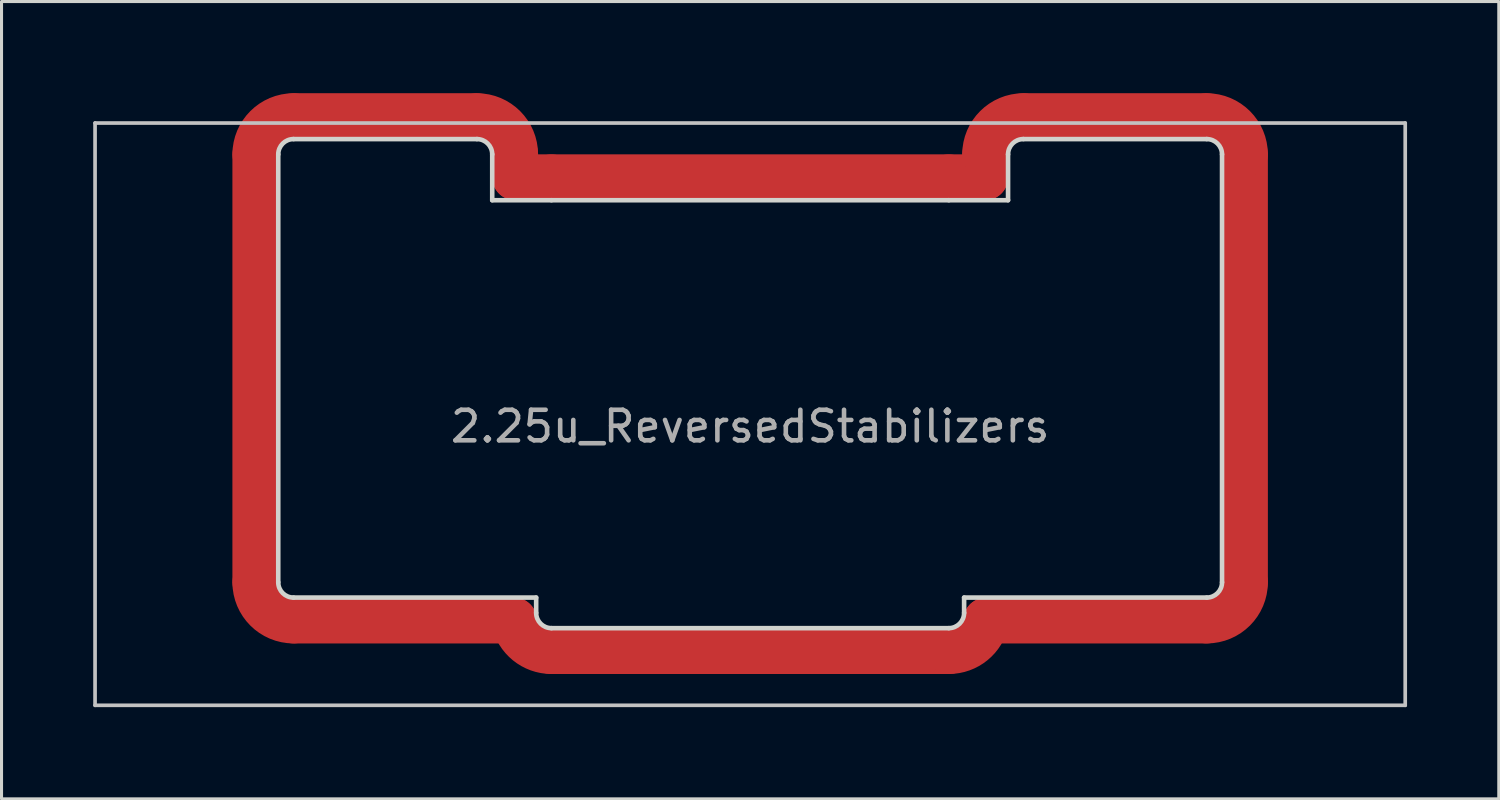
<source format=kicad_pcb>
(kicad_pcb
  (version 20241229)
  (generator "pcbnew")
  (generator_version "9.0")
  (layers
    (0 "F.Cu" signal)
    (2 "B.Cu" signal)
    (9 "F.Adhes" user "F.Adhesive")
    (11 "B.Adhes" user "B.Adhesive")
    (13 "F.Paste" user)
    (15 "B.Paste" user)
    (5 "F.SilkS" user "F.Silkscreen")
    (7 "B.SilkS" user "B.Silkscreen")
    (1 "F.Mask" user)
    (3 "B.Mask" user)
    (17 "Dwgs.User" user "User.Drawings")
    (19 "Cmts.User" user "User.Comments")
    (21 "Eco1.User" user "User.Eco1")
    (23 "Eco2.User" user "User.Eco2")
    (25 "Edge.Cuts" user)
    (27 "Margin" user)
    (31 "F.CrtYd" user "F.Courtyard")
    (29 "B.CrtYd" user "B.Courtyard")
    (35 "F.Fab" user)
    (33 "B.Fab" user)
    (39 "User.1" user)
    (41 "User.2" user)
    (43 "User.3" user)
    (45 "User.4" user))
  (footprint "2.25u_ReversedStabilizers"
    (layer "F.Cu")
    (at 21.491 10.5)
    (property "Reference" "2.25u_ReversedStabilizers" (at 0 0.4 0) (layer "F.Fab") (effects (font (size 1 1) (thickness 0.15))))
    (attr through_hole)
    (fp_line (start -16.188 -8.5) (end -16.188 5.5) (stroke (width 1.5) (type solid)) (layer "F.Cu"))
    (fp_line (start -14.938 6.75) (end -7.725 6.75) (stroke (width 1.5) (type solid)) (layer "F.Cu"))
    (fp_line (start -8.938 -9.75) (end -14.938 -9.75) (stroke (width 1.5) (type solid)) (layer "F.Cu"))
    (fp_line (start -7.688 -7.75) (end -7.688 -8.5) (stroke (width 1.5) (type solid)) (layer "F.Cu"))
    (fp_line (start -6.5 -7.75) (end -7.688 -7.75) (stroke (width 1.5) (type solid)) (layer "F.Cu"))
    (fp_line (start -6.5 7.75) (end 6.5 7.75) (stroke (width 1.5) (type solid)) (layer "F.Cu"))
    (fp_line (start 6.5 -7.75) (end -6.5 -7.75) (stroke (width 1.5) (type solid)) (layer "F.Cu"))
    (fp_line (start 7.688 -8.5) (end 7.688 -7.75) (stroke (width 1.5) (type solid)) (layer "F.Cu"))
    (fp_line (start 7.688 -7.75) (end 6.5 -7.75) (stroke (width 1.5) (type solid)) (layer "F.Cu"))
    (fp_line (start 7.725 6.75) (end 14.938 6.75) (stroke (width 1.5) (type solid)) (layer "F.Cu"))
    (fp_line (start 14.938 -9.75) (end 8.938 -9.75) (stroke (width 1.5) (type solid)) (layer "F.Cu"))
    (fp_line (start 16.188 5.5) (end 16.188 -8.5) (stroke (width 1.5) (type solid)) (layer "F.Cu"))
    (fp_arc (start -16.187999 -8.5) (mid -15.821883 -9.383883) (end -14.938 -9.749999) (stroke (width 1.5) (type solid)) (layer "F.Cu"))
    (fp_arc (start -14.937999 6.75) (mid -15.821882 6.383883) (end -16.187999 5.5) (stroke (width 1.5) (type solid)) (layer "F.Cu"))
    (fp_arc (start -8.938 -9.749999) (mid -8.054117 -9.383882) (end -7.688 -8.499999) (stroke (width 1.5) (type solid)) (layer "F.Cu"))
    (fp_arc (start -6.499193 7.75) (mid -7.290256 7.468501) (end -7.724744 6.75) (stroke (width 1.5) (type solid)) (layer "F.Cu"))
    (fp_arc (start 7.688 -8.499999) (mid 8.054117 -9.383882) (end 8.938 -9.749999) (stroke (width 1.5) (type solid)) (layer "F.Cu"))
    (fp_arc (start 7.724906 6.74921) (mid 7.290882 7.467991) (end 6.5 7.75) (stroke (width 1.5) (type solid)) (layer "F.Cu"))
    (fp_arc (start 14.938 -9.749999) (mid 15.821883 -9.383882) (end 16.188 -8.499999) (stroke (width 1.5) (type solid)) (layer "F.Cu"))
    (fp_arc (start 16.188 5.5) (mid 15.821883 6.383883) (end 14.938 6.75) (stroke (width 1.5) (type solid)) (layer "F.Cu"))
    (fp_line (start -16.188 -8.5) (end -16.188 5.5) (stroke (width 1.5) (type solid)) (layer "F.Mask"))
    (fp_line (start -14.938 6.75) (end -7.725 6.75) (stroke (width 1.5) (type solid)) (layer "F.Mask"))
    (fp_line (start -8.938 -9.75) (end -14.938 -9.75) (stroke (width 1.5) (type solid)) (layer "F.Mask"))
    (fp_line (start -7.688 -7.75) (end -7.688 -8.5) (stroke (width 1.5) (type solid)) (layer "F.Mask"))
    (fp_line (start -6.5 -7.75) (end -7.688 -7.75) (stroke (width 1.5) (type solid)) (layer "F.Mask"))
    (fp_line (start -6.5 7.75) (end 6.5 7.75) (stroke (width 1.5) (type solid)) (layer "F.Mask"))
    (fp_line (start 6.5 -7.75) (end -6.5 -7.75) (stroke (width 1.5) (type solid)) (layer "F.Mask"))
    (fp_line (start 7.688 -8.5) (end 7.688 -7.75) (stroke (width 1.5) (type solid)) (layer "F.Mask"))
    (fp_line (start 7.688 -7.75) (end 6.5 -7.75) (stroke (width 1.5) (type solid)) (layer "F.Mask"))
    (fp_line (start 7.725 6.75) (end 14.938 6.75) (stroke (width 1.5) (type solid)) (layer "F.Mask"))
    (fp_line (start 14.938 -9.75) (end 8.938 -9.75) (stroke (width 1.5) (type solid)) (layer "F.Mask"))
    (fp_line (start 16.188 5.5) (end 16.188 -8.5) (stroke (width 1.5) (type solid)) (layer "F.Mask"))
    (fp_arc (start -16.187999 -8.5) (mid -15.821883 -9.383883) (end -14.938 -9.749999) (stroke (width 1.5) (type solid)) (layer "F.Mask"))
    (fp_arc (start -14.937999 6.75) (mid -15.821882 6.383883) (end -16.187999 5.5) (stroke (width 1.5) (type solid)) (layer "F.Mask"))
    (fp_arc (start -8.938 -9.749999) (mid -8.054117 -9.383882) (end -7.688 -8.499999) (stroke (width 1.5) (type solid)) (layer "F.Mask"))
    (fp_arc (start -6.499193 7.75) (mid -7.290256 7.468501) (end -7.724744 6.75) (stroke (width 1.5) (type solid)) (layer "F.Mask"))
    (fp_arc (start 7.688 -8.499999) (mid 8.054117 -9.383882) (end 8.938 -9.749999) (stroke (width 1.5) (type solid)) (layer "F.Mask"))
    (fp_arc (start 7.724906 6.74921) (mid 7.290882 7.467991) (end 6.5 7.75) (stroke (width 1.5) (type solid)) (layer "F.Mask"))
    (fp_arc (start 14.938 -9.749999) (mid 15.821883 -9.383882) (end 16.188 -8.499999) (stroke (width 1.5) (type solid)) (layer "F.Mask"))
    (fp_arc (start 16.188 5.5) (mid 15.821883 6.383883) (end 14.938 6.75) (stroke (width 1.5) (type solid)) (layer "F.Mask"))
    (fp_line (start -21.431 -9.525) (end -21.431 9.525) (stroke (width 0.12) (type solid)) (layer "Dwgs.User"))
    (fp_line (start -21.431 -9.525) (end 21.431 -9.525) (stroke (width 0.12) (type solid)) (layer "Dwgs.User"))
    (fp_line (start -21.431 9.525) (end 21.431 9.525) (stroke (width 0.12) (type solid)) (layer "Dwgs.User"))
    (fp_line (start 21.431 9.525) (end 21.431 -9.525) (stroke (width 0.12) (type solid)) (layer "Dwgs.User"))
    (fp_line (start -15.438 -8.5) (end -15.438 5.5) (stroke (width 0.15) (type solid)) (layer "Edge.Cuts"))
    (fp_line (start -14.938 6) (end -7 6) (stroke (width 0.15) (type solid)) (layer "Edge.Cuts"))
    (fp_line (start -8.938 -9) (end -14.938 -9) (stroke (width 0.15) (type solid)) (layer "Edge.Cuts"))
    (fp_line (start -8.438 -7) (end -8.438 -8.5) (stroke (width 0.15) (type solid)) (layer "Edge.Cuts"))
    (fp_line (start -7 6) (end -7 6.5) (stroke (width 0.15) (type solid)) (layer "Edge.Cuts"))
    (fp_line (start -6.5 7) (end 6.5 7) (stroke (width 0.15) (type solid)) (layer "Edge.Cuts"))
    (fp_line (start -6.5 -7) (end -8.438 -7) (stroke (width 0.15) (type solid)) (layer "Edge.Cuts"))
    (fp_line (start 6.5 -7) (end -6.5 -7) (stroke (width 0.15) (type solid)) (layer "Edge.Cuts"))
    (fp_line (start 7 6) (end 14.938 6) (stroke (width 0.15) (type solid)) (layer "Edge.Cuts"))
    (fp_line (start 7 6.5) (end 7 6) (stroke (width 0.15) (type solid)) (layer "Edge.Cuts"))
    (fp_line (start 8.438 -8.5) (end 8.438 -7) (stroke (width 0.15) (type solid)) (layer "Edge.Cuts"))
    (fp_line (start 8.438 -7) (end 6.5 -7) (stroke (width 0.15) (type solid)) (layer "Edge.Cuts"))
    (fp_line (start 14.938 -9) (end 8.938 -9) (stroke (width 0.15) (type solid)) (layer "Edge.Cuts"))
    (fp_line (start 15.438 5.5) (end 15.438 -8.5) (stroke (width 0.15) (type solid)) (layer "Edge.Cuts"))
    (fp_arc (start -15.437999 -8.5) (mid -15.291553 -8.853553) (end -14.938 -8.999999) (stroke (width 0.15) (type solid)) (layer "Edge.Cuts"))
    (fp_arc (start -14.937999 6.000001) (mid -15.291553 5.853554) (end -15.438 5.5) (stroke (width 0.15) (type solid)) (layer "Edge.Cuts"))
    (fp_arc (start -8.938 -8.999999) (mid -8.584447 -8.853552) (end -8.438 -8.499999) (stroke (width 0.15) (type solid)) (layer "Edge.Cuts"))
    (fp_arc (start -6.499999 7.000001) (mid -6.853553 6.853554) (end -7 6.5) (stroke (width 0.15) (type solid)) (layer "Edge.Cuts"))
    (fp_arc (start 7 6.5) (mid 6.853553 6.853553) (end 6.5 7) (stroke (width 0.15) (type solid)) (layer "Edge.Cuts"))
    (fp_arc (start 8.438 -8.499999) (mid 8.584447 -8.853552) (end 8.938 -8.999999) (stroke (width 0.15) (type solid)) (layer "Edge.Cuts"))
    (fp_arc (start 14.938 -8.999999) (mid 15.291553 -8.853552) (end 15.438 -8.499999) (stroke (width 0.15) (type solid)) (layer "Edge.Cuts"))
    (fp_arc (start 15.438 5.5) (mid 15.291553 5.853553) (end 14.938 6) (stroke (width 0.15) (type solid)) (layer "Edge.Cuts")))
  (gr_rect
    (start -3 -3)
    (end 45.983 23.085)
    (stroke (width 0.1) (type default))
    (fill no)
    (layer "Edge.Cuts")))
</source>
